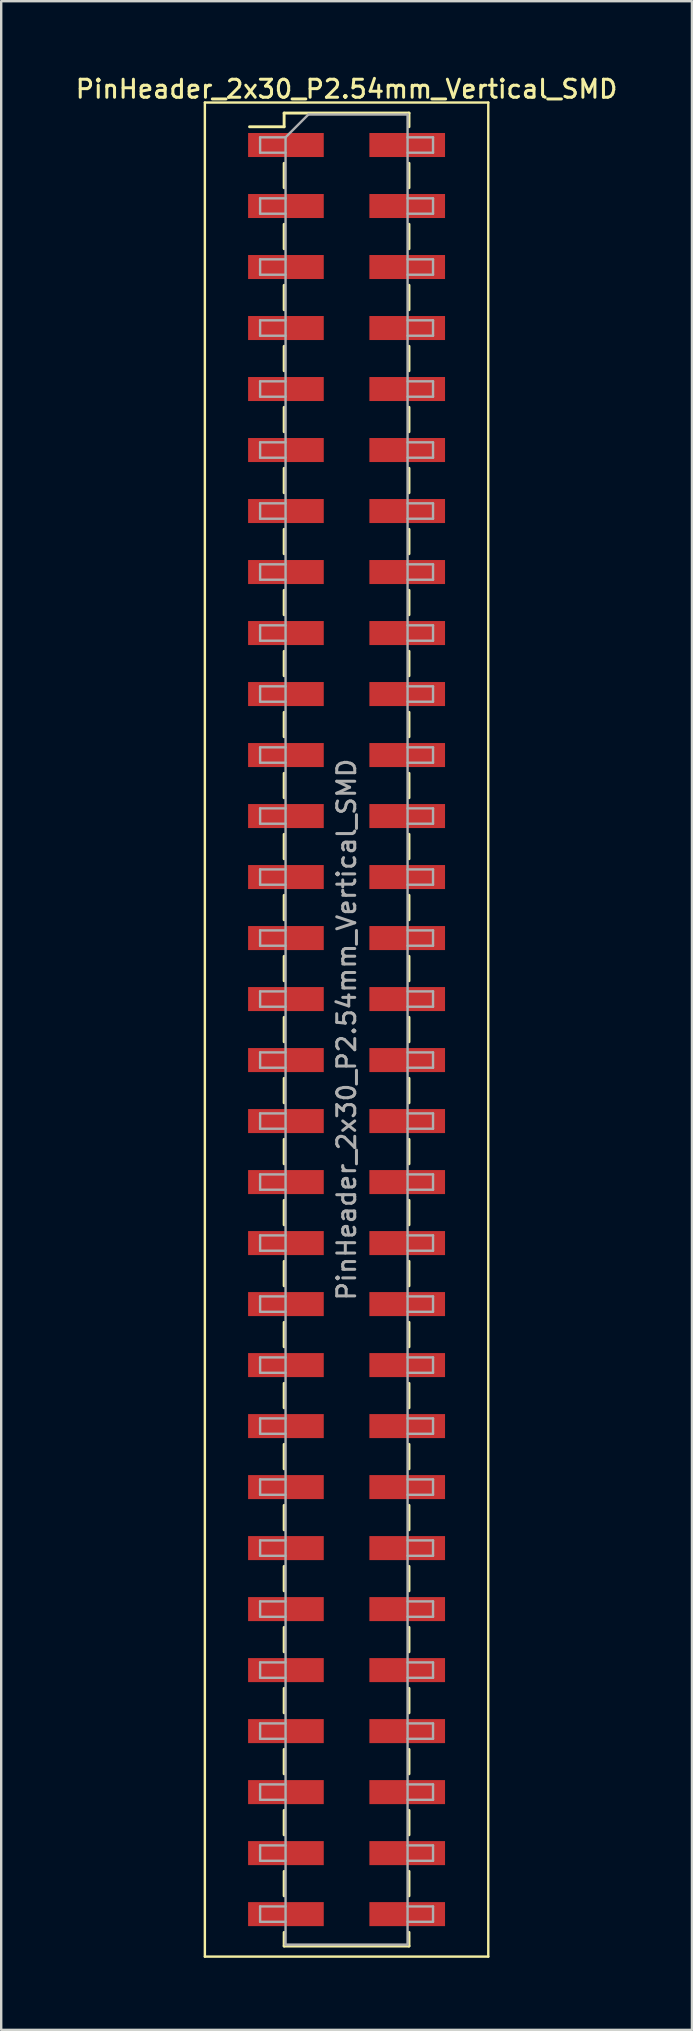
<source format=kicad_pcb>
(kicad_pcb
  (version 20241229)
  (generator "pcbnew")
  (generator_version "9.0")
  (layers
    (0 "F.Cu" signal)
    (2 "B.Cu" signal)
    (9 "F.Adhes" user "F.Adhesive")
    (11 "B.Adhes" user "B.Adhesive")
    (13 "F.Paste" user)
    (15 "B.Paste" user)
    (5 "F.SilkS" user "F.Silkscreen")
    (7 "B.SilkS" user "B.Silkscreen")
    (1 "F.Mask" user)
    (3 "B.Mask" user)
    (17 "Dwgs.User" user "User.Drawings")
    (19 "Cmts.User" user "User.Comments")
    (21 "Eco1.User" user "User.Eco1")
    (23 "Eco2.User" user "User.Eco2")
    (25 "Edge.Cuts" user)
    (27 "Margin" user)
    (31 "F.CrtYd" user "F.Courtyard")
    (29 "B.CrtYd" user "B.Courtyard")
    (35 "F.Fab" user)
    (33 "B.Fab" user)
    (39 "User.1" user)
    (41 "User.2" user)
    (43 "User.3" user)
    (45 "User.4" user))
  (footprint "PinHeader_2x30_P2.54mm_Vertical_SMD"
    (layer "F.Cu")
    (at 11.38 39.818)
    (property "Reference" "PinHeader_2x30_P2.54mm_Vertical_SMD" (at 0 -39.16 0) (layer "F.SilkS") (effects (font (size 0.75 0.75) (thickness 0.125))))
    (attr smd)
    (fp_line (start -5.9 -38.6) (end -5.9 38.6) (stroke (width 0.1) (type solid)) (layer "F.SilkS"))
    (fp_line (start -5.9 38.6) (end 5.9 38.6) (stroke (width 0.1) (type solid)) (layer "F.SilkS"))
    (fp_line (start -4.04 -37.59) (end -2.6 -37.59) (stroke (width 0.12) (type solid)) (layer "F.SilkS"))
    (fp_line (start -2.6 -38.16) (end -2.6 -37.59) (stroke (width 0.12) (type solid)) (layer "F.SilkS"))
    (fp_line (start -2.6 -38.16) (end 2.6 -38.16) (stroke (width 0.12) (type solid)) (layer "F.SilkS"))
    (fp_line (start -2.6 -36.07) (end -2.6 -35.05) (stroke (width 0.12) (type solid)) (layer "F.SilkS"))
    (fp_line (start -2.6 -33.53) (end -2.6 -32.51) (stroke (width 0.12) (type solid)) (layer "F.SilkS"))
    (fp_line (start -2.6 -30.99) (end -2.6 -29.97) (stroke (width 0.12) (type solid)) (layer "F.SilkS"))
    (fp_line (start -2.6 -28.45) (end -2.6 -27.43) (stroke (width 0.12) (type solid)) (layer "F.SilkS"))
    (fp_line (start -2.6 -25.91) (end -2.6 -24.89) (stroke (width 0.12) (type solid)) (layer "F.SilkS"))
    (fp_line (start -2.6 -23.37) (end -2.6 -22.35) (stroke (width 0.12) (type solid)) (layer "F.SilkS"))
    (fp_line (start -2.6 -20.83) (end -2.6 -19.81) (stroke (width 0.12) (type solid)) (layer "F.SilkS"))
    (fp_line (start -2.6 -18.29) (end -2.6 -17.27) (stroke (width 0.12) (type solid)) (layer "F.SilkS"))
    (fp_line (start -2.6 -15.75) (end -2.6 -14.73) (stroke (width 0.12) (type solid)) (layer "F.SilkS"))
    (fp_line (start -2.6 -13.21) (end -2.6 -12.19) (stroke (width 0.12) (type solid)) (layer "F.SilkS"))
    (fp_line (start -2.6 -10.67) (end -2.6 -9.65) (stroke (width 0.12) (type solid)) (layer "F.SilkS"))
    (fp_line (start -2.6 -8.13) (end -2.6 -7.11) (stroke (width 0.12) (type solid)) (layer "F.SilkS"))
    (fp_line (start -2.6 -5.59) (end -2.6 -4.57) (stroke (width 0.12) (type solid)) (layer "F.SilkS"))
    (fp_line (start -2.6 -3.05) (end -2.6 -2.03) (stroke (width 0.12) (type solid)) (layer "F.SilkS"))
    (fp_line (start -2.6 -0.51) (end -2.6 0.51) (stroke (width 0.12) (type solid)) (layer "F.SilkS"))
    (fp_line (start -2.6 2.03) (end -2.6 3.05) (stroke (width 0.12) (type solid)) (layer "F.SilkS"))
    (fp_line (start -2.6 4.57) (end -2.6 5.59) (stroke (width 0.12) (type solid)) (layer "F.SilkS"))
    (fp_line (start -2.6 7.11) (end -2.6 8.13) (stroke (width 0.12) (type solid)) (layer "F.SilkS"))
    (fp_line (start -2.6 9.65) (end -2.6 10.67) (stroke (width 0.12) (type solid)) (layer "F.SilkS"))
    (fp_line (start -2.6 12.19) (end -2.6 13.21) (stroke (width 0.12) (type solid)) (layer "F.SilkS"))
    (fp_line (start -2.6 14.73) (end -2.6 15.75) (stroke (width 0.12) (type solid)) (layer "F.SilkS"))
    (fp_line (start -2.6 17.27) (end -2.6 18.29) (stroke (width 0.12) (type solid)) (layer "F.SilkS"))
    (fp_line (start -2.6 19.81) (end -2.6 20.83) (stroke (width 0.12) (type solid)) (layer "F.SilkS"))
    (fp_line (start -2.6 22.35) (end -2.6 23.37) (stroke (width 0.12) (type solid)) (layer "F.SilkS"))
    (fp_line (start -2.6 24.89) (end -2.6 25.91) (stroke (width 0.12) (type solid)) (layer "F.SilkS"))
    (fp_line (start -2.6 27.43) (end -2.6 28.45) (stroke (width 0.12) (type solid)) (layer "F.SilkS"))
    (fp_line (start -2.6 29.97) (end -2.6 30.99) (stroke (width 0.12) (type solid)) (layer "F.SilkS"))
    (fp_line (start -2.6 32.51) (end -2.6 33.53) (stroke (width 0.12) (type solid)) (layer "F.SilkS"))
    (fp_line (start -2.6 35.05) (end -2.6 36.07) (stroke (width 0.12) (type solid)) (layer "F.SilkS"))
    (fp_line (start -2.6 37.59) (end -2.6 38.16) (stroke (width 0.12) (type solid)) (layer "F.SilkS"))
    (fp_line (start -2.6 38.16) (end 2.6 38.16) (stroke (width 0.12) (type solid)) (layer "F.SilkS"))
    (fp_line (start 2.6 -38.16) (end 2.6 -37.59) (stroke (width 0.12) (type solid)) (layer "F.SilkS"))
    (fp_line (start 2.6 -36.07) (end 2.6 -35.05) (stroke (width 0.12) (type solid)) (layer "F.SilkS"))
    (fp_line (start 2.6 -33.53) (end 2.6 -32.51) (stroke (width 0.12) (type solid)) (layer "F.SilkS"))
    (fp_line (start 2.6 -30.99) (end 2.6 -29.97) (stroke (width 0.12) (type solid)) (layer "F.SilkS"))
    (fp_line (start 2.6 -28.45) (end 2.6 -27.43) (stroke (width 0.12) (type solid)) (layer "F.SilkS"))
    (fp_line (start 2.6 -25.91) (end 2.6 -24.89) (stroke (width 0.12) (type solid)) (layer "F.SilkS"))
    (fp_line (start 2.6 -23.37) (end 2.6 -22.35) (stroke (width 0.12) (type solid)) (layer "F.SilkS"))
    (fp_line (start 2.6 -20.83) (end 2.6 -19.81) (stroke (width 0.12) (type solid)) (layer "F.SilkS"))
    (fp_line (start 2.6 -18.29) (end 2.6 -17.27) (stroke (width 0.12) (type solid)) (layer "F.SilkS"))
    (fp_line (start 2.6 -15.75) (end 2.6 -14.73) (stroke (width 0.12) (type solid)) (layer "F.SilkS"))
    (fp_line (start 2.6 -13.21) (end 2.6 -12.19) (stroke (width 0.12) (type solid)) (layer "F.SilkS"))
    (fp_line (start 2.6 -10.67) (end 2.6 -9.65) (stroke (width 0.12) (type solid)) (layer "F.SilkS"))
    (fp_line (start 2.6 -8.13) (end 2.6 -7.11) (stroke (width 0.12) (type solid)) (layer "F.SilkS"))
    (fp_line (start 2.6 -5.59) (end 2.6 -4.57) (stroke (width 0.12) (type solid)) (layer "F.SilkS"))
    (fp_line (start 2.6 -3.05) (end 2.6 -2.03) (stroke (width 0.12) (type solid)) (layer "F.SilkS"))
    (fp_line (start 2.6 -0.51) (end 2.6 0.51) (stroke (width 0.12) (type solid)) (layer "F.SilkS"))
    (fp_line (start 2.6 2.03) (end 2.6 3.05) (stroke (width 0.12) (type solid)) (layer "F.SilkS"))
    (fp_line (start 2.6 4.57) (end 2.6 5.59) (stroke (width 0.12) (type solid)) (layer "F.SilkS"))
    (fp_line (start 2.6 7.11) (end 2.6 8.13) (stroke (width 0.12) (type solid)) (layer "F.SilkS"))
    (fp_line (start 2.6 9.65) (end 2.6 10.67) (stroke (width 0.12) (type solid)) (layer "F.SilkS"))
    (fp_line (start 2.6 12.19) (end 2.6 13.21) (stroke (width 0.12) (type solid)) (layer "F.SilkS"))
    (fp_line (start 2.6 14.73) (end 2.6 15.75) (stroke (width 0.12) (type solid)) (layer "F.SilkS"))
    (fp_line (start 2.6 17.27) (end 2.6 18.29) (stroke (width 0.12) (type solid)) (layer "F.SilkS"))
    (fp_line (start 2.6 19.81) (end 2.6 20.83) (stroke (width 0.12) (type solid)) (layer "F.SilkS"))
    (fp_line (start 2.6 22.35) (end 2.6 23.37) (stroke (width 0.12) (type solid)) (layer "F.SilkS"))
    (fp_line (start 2.6 24.89) (end 2.6 25.91) (stroke (width 0.12) (type solid)) (layer "F.SilkS"))
    (fp_line (start 2.6 27.43) (end 2.6 28.45) (stroke (width 0.12) (type solid)) (layer "F.SilkS"))
    (fp_line (start 2.6 29.97) (end 2.6 30.99) (stroke (width 0.12) (type solid)) (layer "F.SilkS"))
    (fp_line (start 2.6 32.51) (end 2.6 33.53) (stroke (width 0.12) (type solid)) (layer "F.SilkS"))
    (fp_line (start 2.6 35.05) (end 2.6 36.07) (stroke (width 0.12) (type solid)) (layer "F.SilkS"))
    (fp_line (start 2.6 37.59) (end 2.6 38.16) (stroke (width 0.12) (type solid)) (layer "F.SilkS"))
    (fp_line (start 5.9 -38.6) (end -5.9 -38.6) (stroke (width 0.1) (type solid)) (layer "F.SilkS"))
    (fp_line (start 5.9 38.6) (end 5.9 -38.6) (stroke (width 0.1) (type solid)) (layer "F.SilkS"))
    (fp_line (start -3.6 -37.15) (end -3.6 -36.51) (stroke (width 0.1) (type solid)) (layer "F.Fab"))
    (fp_line (start -3.6 -36.51) (end -2.54 -36.51) (stroke (width 0.1) (type solid)) (layer "F.Fab"))
    (fp_line (start -3.6 -34.61) (end -3.6 -33.97) (stroke (width 0.1) (type solid)) (layer "F.Fab"))
    (fp_line (start -3.6 -33.97) (end -2.54 -33.97) (stroke (width 0.1) (type solid)) (layer "F.Fab"))
    (fp_line (start -3.6 -32.07) (end -3.6 -31.43) (stroke (width 0.1) (type solid)) (layer "F.Fab"))
    (fp_line (start -3.6 -31.43) (end -2.54 -31.43) (stroke (width 0.1) (type solid)) (layer "F.Fab"))
    (fp_line (start -3.6 -29.53) (end -3.6 -28.89) (stroke (width 0.1) (type solid)) (layer "F.Fab"))
    (fp_line (start -3.6 -28.89) (end -2.54 -28.89) (stroke (width 0.1) (type solid)) (layer "F.Fab"))
    (fp_line (start -3.6 -26.99) (end -3.6 -26.35) (stroke (width 0.1) (type solid)) (layer "F.Fab"))
    (fp_line (start -3.6 -26.35) (end -2.54 -26.35) (stroke (width 0.1) (type solid)) (layer "F.Fab"))
    (fp_line (start -3.6 -24.45) (end -3.6 -23.81) (stroke (width 0.1) (type solid)) (layer "F.Fab"))
    (fp_line (start -3.6 -23.81) (end -2.54 -23.81) (stroke (width 0.1) (type solid)) (layer "F.Fab"))
    (fp_line (start -3.6 -21.91) (end -3.6 -21.27) (stroke (width 0.1) (type solid)) (layer "F.Fab"))
    (fp_line (start -3.6 -21.27) (end -2.54 -21.27) (stroke (width 0.1) (type solid)) (layer "F.Fab"))
    (fp_line (start -3.6 -19.37) (end -3.6 -18.73) (stroke (width 0.1) (type solid)) (layer "F.Fab"))
    (fp_line (start -3.6 -18.73) (end -2.54 -18.73) (stroke (width 0.1) (type solid)) (layer "F.Fab"))
    (fp_line (start -3.6 -16.83) (end -3.6 -16.19) (stroke (width 0.1) (type solid)) (layer "F.Fab"))
    (fp_line (start -3.6 -16.19) (end -2.54 -16.19) (stroke (width 0.1) (type solid)) (layer "F.Fab"))
    (fp_line (start -3.6 -14.29) (end -3.6 -13.65) (stroke (width 0.1) (type solid)) (layer "F.Fab"))
    (fp_line (start -3.6 -13.65) (end -2.54 -13.65) (stroke (width 0.1) (type solid)) (layer "F.Fab"))
    (fp_line (start -3.6 -11.75) (end -3.6 -11.11) (stroke (width 0.1) (type solid)) (layer "F.Fab"))
    (fp_line (start -3.6 -11.11) (end -2.54 -11.11) (stroke (width 0.1) (type solid)) (layer "F.Fab"))
    (fp_line (start -3.6 -9.21) (end -3.6 -8.57) (stroke (width 0.1) (type solid)) (layer "F.Fab"))
    (fp_line (start -3.6 -8.57) (end -2.54 -8.57) (stroke (width 0.1) (type solid)) (layer "F.Fab"))
    (fp_line (start -3.6 -6.67) (end -3.6 -6.03) (stroke (width 0.1) (type solid)) (layer "F.Fab"))
    (fp_line (start -3.6 -6.03) (end -2.54 -6.03) (stroke (width 0.1) (type solid)) (layer "F.Fab"))
    (fp_line (start -3.6 -4.13) (end -3.6 -3.49) (stroke (width 0.1) (type solid)) (layer "F.Fab"))
    (fp_line (start -3.6 -3.49) (end -2.54 -3.49) (stroke (width 0.1) (type solid)) (layer "F.Fab"))
    (fp_line (start -3.6 -1.59) (end -3.6 -0.95) (stroke (width 0.1) (type solid)) (layer "F.Fab"))
    (fp_line (start -3.6 -0.95) (end -2.54 -0.95) (stroke (width 0.1) (type solid)) (layer "F.Fab"))
    (fp_line (start -3.6 0.95) (end -3.6 1.59) (stroke (width 0.1) (type solid)) (layer "F.Fab"))
    (fp_line (start -3.6 1.59) (end -2.54 1.59) (stroke (width 0.1) (type solid)) (layer "F.Fab"))
    (fp_line (start -3.6 3.49) (end -3.6 4.13) (stroke (width 0.1) (type solid)) (layer "F.Fab"))
    (fp_line (start -3.6 4.13) (end -2.54 4.13) (stroke (width 0.1) (type solid)) (layer "F.Fab"))
    (fp_line (start -3.6 6.03) (end -3.6 6.67) (stroke (width 0.1) (type solid)) (layer "F.Fab"))
    (fp_line (start -3.6 6.67) (end -2.54 6.67) (stroke (width 0.1) (type solid)) (layer "F.Fab"))
    (fp_line (start -3.6 8.57) (end -3.6 9.21) (stroke (width 0.1) (type solid)) (layer "F.Fab"))
    (fp_line (start -3.6 9.21) (end -2.54 9.21) (stroke (width 0.1) (type solid)) (layer "F.Fab"))
    (fp_line (start -3.6 11.11) (end -3.6 11.75) (stroke (width 0.1) (type solid)) (layer "F.Fab"))
    (fp_line (start -3.6 11.75) (end -2.54 11.75) (stroke (width 0.1) (type solid)) (layer "F.Fab"))
    (fp_line (start -3.6 13.65) (end -3.6 14.29) (stroke (width 0.1) (type solid)) (layer "F.Fab"))
    (fp_line (start -3.6 14.29) (end -2.54 14.29) (stroke (width 0.1) (type solid)) (layer "F.Fab"))
    (fp_line (start -3.6 16.19) (end -3.6 16.83) (stroke (width 0.1) (type solid)) (layer "F.Fab"))
    (fp_line (start -3.6 16.83) (end -2.54 16.83) (stroke (width 0.1) (type solid)) (layer "F.Fab"))
    (fp_line (start -3.6 18.73) (end -3.6 19.37) (stroke (width 0.1) (type solid)) (layer "F.Fab"))
    (fp_line (start -3.6 19.37) (end -2.54 19.37) (stroke (width 0.1) (type solid)) (layer "F.Fab"))
    (fp_line (start -3.6 21.27) (end -3.6 21.91) (stroke (width 0.1) (type solid)) (layer "F.Fab"))
    (fp_line (start -3.6 21.91) (end -2.54 21.91) (stroke (width 0.1) (type solid)) (layer "F.Fab"))
    (fp_line (start -3.6 23.81) (end -3.6 24.45) (stroke (width 0.1) (type solid)) (layer "F.Fab"))
    (fp_line (start -3.6 24.45) (end -2.54 24.45) (stroke (width 0.1) (type solid)) (layer "F.Fab"))
    (fp_line (start -3.6 26.35) (end -3.6 26.99) (stroke (width 0.1) (type solid)) (layer "F.Fab"))
    (fp_line (start -3.6 26.99) (end -2.54 26.99) (stroke (width 0.1) (type solid)) (layer "F.Fab"))
    (fp_line (start -3.6 28.89) (end -3.6 29.53) (stroke (width 0.1) (type solid)) (layer "F.Fab"))
    (fp_line (start -3.6 29.53) (end -2.54 29.53) (stroke (width 0.1) (type solid)) (layer "F.Fab"))
    (fp_line (start -3.6 31.43) (end -3.6 32.07) (stroke (width 0.1) (type solid)) (layer "F.Fab"))
    (fp_line (start -3.6 32.07) (end -2.54 32.07) (stroke (width 0.1) (type solid)) (layer "F.Fab"))
    (fp_line (start -3.6 33.97) (end -3.6 34.61) (stroke (width 0.1) (type solid)) (layer "F.Fab"))
    (fp_line (start -3.6 34.61) (end -2.54 34.61) (stroke (width 0.1) (type solid)) (layer "F.Fab"))
    (fp_line (start -3.6 36.51) (end -3.6 37.15) (stroke (width 0.1) (type solid)) (layer "F.Fab"))
    (fp_line (start -3.6 37.15) (end -2.54 37.15) (stroke (width 0.1) (type solid)) (layer "F.Fab"))
    (fp_line (start -2.54 -37.15) (end -3.6 -37.15) (stroke (width 0.1) (type solid)) (layer "F.Fab"))
    (fp_line (start -2.54 -37.15) (end -1.59 -38.1) (stroke (width 0.1) (type solid)) (layer "F.Fab"))
    (fp_line (start -2.54 -34.61) (end -3.6 -34.61) (stroke (width 0.1) (type solid)) (layer "F.Fab"))
    (fp_line (start -2.54 -32.07) (end -3.6 -32.07) (stroke (width 0.1) (type solid)) (layer "F.Fab"))
    (fp_line (start -2.54 -29.53) (end -3.6 -29.53) (stroke (width 0.1) (type solid)) (layer "F.Fab"))
    (fp_line (start -2.54 -26.99) (end -3.6 -26.99) (stroke (width 0.1) (type solid)) (layer "F.Fab"))
    (fp_line (start -2.54 -24.45) (end -3.6 -24.45) (stroke (width 0.1) (type solid)) (layer "F.Fab"))
    (fp_line (start -2.54 -21.91) (end -3.6 -21.91) (stroke (width 0.1) (type solid)) (layer "F.Fab"))
    (fp_line (start -2.54 -19.37) (end -3.6 -19.37) (stroke (width 0.1) (type solid)) (layer "F.Fab"))
    (fp_line (start -2.54 -16.83) (end -3.6 -16.83) (stroke (width 0.1) (type solid)) (layer "F.Fab"))
    (fp_line (start -2.54 -14.29) (end -3.6 -14.29) (stroke (width 0.1) (type solid)) (layer "F.Fab"))
    (fp_line (start -2.54 -11.75) (end -3.6 -11.75) (stroke (width 0.1) (type solid)) (layer "F.Fab"))
    (fp_line (start -2.54 -9.21) (end -3.6 -9.21) (stroke (width 0.1) (type solid)) (layer "F.Fab"))
    (fp_line (start -2.54 -6.67) (end -3.6 -6.67) (stroke (width 0.1) (type solid)) (layer "F.Fab"))
    (fp_line (start -2.54 -4.13) (end -3.6 -4.13) (stroke (width 0.1) (type solid)) (layer "F.Fab"))
    (fp_line (start -2.54 -1.59) (end -3.6 -1.59) (stroke (width 0.1) (type solid)) (layer "F.Fab"))
    (fp_line (start -2.54 0.95) (end -3.6 0.95) (stroke (width 0.1) (type solid)) (layer "F.Fab"))
    (fp_line (start -2.54 3.49) (end -3.6 3.49) (stroke (width 0.1) (type solid)) (layer "F.Fab"))
    (fp_line (start -2.54 6.03) (end -3.6 6.03) (stroke (width 0.1) (type solid)) (layer "F.Fab"))
    (fp_line (start -2.54 8.57) (end -3.6 8.57) (stroke (width 0.1) (type solid)) (layer "F.Fab"))
    (fp_line (start -2.54 11.11) (end -3.6 11.11) (stroke (width 0.1) (type solid)) (layer "F.Fab"))
    (fp_line (start -2.54 13.65) (end -3.6 13.65) (stroke (width 0.1) (type solid)) (layer "F.Fab"))
    (fp_line (start -2.54 16.19) (end -3.6 16.19) (stroke (width 0.1) (type solid)) (layer "F.Fab"))
    (fp_line (start -2.54 18.73) (end -3.6 18.73) (stroke (width 0.1) (type solid)) (layer "F.Fab"))
    (fp_line (start -2.54 21.27) (end -3.6 21.27) (stroke (width 0.1) (type solid)) (layer "F.Fab"))
    (fp_line (start -2.54 23.81) (end -3.6 23.81) (stroke (width 0.1) (type solid)) (layer "F.Fab"))
    (fp_line (start -2.54 26.35) (end -3.6 26.35) (stroke (width 0.1) (type solid)) (layer "F.Fab"))
    (fp_line (start -2.54 28.89) (end -3.6 28.89) (stroke (width 0.1) (type solid)) (layer "F.Fab"))
    (fp_line (start -2.54 31.43) (end -3.6 31.43) (stroke (width 0.1) (type solid)) (layer "F.Fab"))
    (fp_line (start -2.54 33.97) (end -3.6 33.97) (stroke (width 0.1) (type solid)) (layer "F.Fab"))
    (fp_line (start -2.54 36.51) (end -3.6 36.51) (stroke (width 0.1) (type solid)) (layer "F.Fab"))
    (fp_line (start -2.54 38.1) (end -2.54 -37.15) (stroke (width 0.1) (type solid)) (layer "F.Fab"))
    (fp_line (start -1.59 -38.1) (end 2.54 -38.1) (stroke (width 0.1) (type solid)) (layer "F.Fab"))
    (fp_line (start 2.54 -38.1) (end 2.54 38.1) (stroke (width 0.1) (type solid)) (layer "F.Fab"))
    (fp_line (start 2.54 -37.15) (end 3.6 -37.15) (stroke (width 0.1) (type solid)) (layer "F.Fab"))
    (fp_line (start 2.54 -34.61) (end 3.6 -34.61) (stroke (width 0.1) (type solid)) (layer "F.Fab"))
    (fp_line (start 2.54 -32.07) (end 3.6 -32.07) (stroke (width 0.1) (type solid)) (layer "F.Fab"))
    (fp_line (start 2.54 -29.53) (end 3.6 -29.53) (stroke (width 0.1) (type solid)) (layer "F.Fab"))
    (fp_line (start 2.54 -26.99) (end 3.6 -26.99) (stroke (width 0.1) (type solid)) (layer "F.Fab"))
    (fp_line (start 2.54 -24.45) (end 3.6 -24.45) (stroke (width 0.1) (type solid)) (layer "F.Fab"))
    (fp_line (start 2.54 -21.91) (end 3.6 -21.91) (stroke (width 0.1) (type solid)) (layer "F.Fab"))
    (fp_line (start 2.54 -19.37) (end 3.6 -19.37) (stroke (width 0.1) (type solid)) (layer "F.Fab"))
    (fp_line (start 2.54 -16.83) (end 3.6 -16.83) (stroke (width 0.1) (type solid)) (layer "F.Fab"))
    (fp_line (start 2.54 -14.29) (end 3.6 -14.29) (stroke (width 0.1) (type solid)) (layer "F.Fab"))
    (fp_line (start 2.54 -11.75) (end 3.6 -11.75) (stroke (width 0.1) (type solid)) (layer "F.Fab"))
    (fp_line (start 2.54 -9.21) (end 3.6 -9.21) (stroke (width 0.1) (type solid)) (layer "F.Fab"))
    (fp_line (start 2.54 -6.67) (end 3.6 -6.67) (stroke (width 0.1) (type solid)) (layer "F.Fab"))
    (fp_line (start 2.54 -4.13) (end 3.6 -4.13) (stroke (width 0.1) (type solid)) (layer "F.Fab"))
    (fp_line (start 2.54 -1.59) (end 3.6 -1.59) (stroke (width 0.1) (type solid)) (layer "F.Fab"))
    (fp_line (start 2.54 0.95) (end 3.6 0.95) (stroke (width 0.1) (type solid)) (layer "F.Fab"))
    (fp_line (start 2.54 3.49) (end 3.6 3.49) (stroke (width 0.1) (type solid)) (layer "F.Fab"))
    (fp_line (start 2.54 6.03) (end 3.6 6.03) (stroke (width 0.1) (type solid)) (layer "F.Fab"))
    (fp_line (start 2.54 8.57) (end 3.6 8.57) (stroke (width 0.1) (type solid)) (layer "F.Fab"))
    (fp_line (start 2.54 11.11) (end 3.6 11.11) (stroke (width 0.1) (type solid)) (layer "F.Fab"))
    (fp_line (start 2.54 13.65) (end 3.6 13.65) (stroke (width 0.1) (type solid)) (layer "F.Fab"))
    (fp_line (start 2.54 16.19) (end 3.6 16.19) (stroke (width 0.1) (type solid)) (layer "F.Fab"))
    (fp_line (start 2.54 18.73) (end 3.6 18.73) (stroke (width 0.1) (type solid)) (layer "F.Fab"))
    (fp_line (start 2.54 21.27) (end 3.6 21.27) (stroke (width 0.1) (type solid)) (layer "F.Fab"))
    (fp_line (start 2.54 23.81) (end 3.6 23.81) (stroke (width 0.1) (type solid)) (layer "F.Fab"))
    (fp_line (start 2.54 26.35) (end 3.6 26.35) (stroke (width 0.1) (type solid)) (layer "F.Fab"))
    (fp_line (start 2.54 28.89) (end 3.6 28.89) (stroke (width 0.1) (type solid)) (layer "F.Fab"))
    (fp_line (start 2.54 31.43) (end 3.6 31.43) (stroke (width 0.1) (type solid)) (layer "F.Fab"))
    (fp_line (start 2.54 33.97) (end 3.6 33.97) (stroke (width 0.1) (type solid)) (layer "F.Fab"))
    (fp_line (start 2.54 36.51) (end 3.6 36.51) (stroke (width 0.1) (type solid)) (layer "F.Fab"))
    (fp_line (start 2.54 38.1) (end -2.54 38.1) (stroke (width 0.1) (type solid)) (layer "F.Fab"))
    (fp_line (start 3.6 -37.15) (end 3.6 -36.51) (stroke (width 0.1) (type solid)) (layer "F.Fab"))
    (fp_line (start 3.6 -36.51) (end 2.54 -36.51) (stroke (width 0.1) (type solid)) (layer "F.Fab"))
    (fp_line (start 3.6 -34.61) (end 3.6 -33.97) (stroke (width 0.1) (type solid)) (layer "F.Fab"))
    (fp_line (start 3.6 -33.97) (end 2.54 -33.97) (stroke (width 0.1) (type solid)) (layer "F.Fab"))
    (fp_line (start 3.6 -32.07) (end 3.6 -31.43) (stroke (width 0.1) (type solid)) (layer "F.Fab"))
    (fp_line (start 3.6 -31.43) (end 2.54 -31.43) (stroke (width 0.1) (type solid)) (layer "F.Fab"))
    (fp_line (start 3.6 -29.53) (end 3.6 -28.89) (stroke (width 0.1) (type solid)) (layer "F.Fab"))
    (fp_line (start 3.6 -28.89) (end 2.54 -28.89) (stroke (width 0.1) (type solid)) (layer "F.Fab"))
    (fp_line (start 3.6 -26.99) (end 3.6 -26.35) (stroke (width 0.1) (type solid)) (layer "F.Fab"))
    (fp_line (start 3.6 -26.35) (end 2.54 -26.35) (stroke (width 0.1) (type solid)) (layer "F.Fab"))
    (fp_line (start 3.6 -24.45) (end 3.6 -23.81) (stroke (width 0.1) (type solid)) (layer "F.Fab"))
    (fp_line (start 3.6 -23.81) (end 2.54 -23.81) (stroke (width 0.1) (type solid)) (layer "F.Fab"))
    (fp_line (start 3.6 -21.91) (end 3.6 -21.27) (stroke (width 0.1) (type solid)) (layer "F.Fab"))
    (fp_line (start 3.6 -21.27) (end 2.54 -21.27) (stroke (width 0.1) (type solid)) (layer "F.Fab"))
    (fp_line (start 3.6 -19.37) (end 3.6 -18.73) (stroke (width 0.1) (type solid)) (layer "F.Fab"))
    (fp_line (start 3.6 -18.73) (end 2.54 -18.73) (stroke (width 0.1) (type solid)) (layer "F.Fab"))
    (fp_line (start 3.6 -16.83) (end 3.6 -16.19) (stroke (width 0.1) (type solid)) (layer "F.Fab"))
    (fp_line (start 3.6 -16.19) (end 2.54 -16.19) (stroke (width 0.1) (type solid)) (layer "F.Fab"))
    (fp_line (start 3.6 -14.29) (end 3.6 -13.65) (stroke (width 0.1) (type solid)) (layer "F.Fab"))
    (fp_line (start 3.6 -13.65) (end 2.54 -13.65) (stroke (width 0.1) (type solid)) (layer "F.Fab"))
    (fp_line (start 3.6 -11.75) (end 3.6 -11.11) (stroke (width 0.1) (type solid)) (layer "F.Fab"))
    (fp_line (start 3.6 -11.11) (end 2.54 -11.11) (stroke (width 0.1) (type solid)) (layer "F.Fab"))
    (fp_line (start 3.6 -9.21) (end 3.6 -8.57) (stroke (width 0.1) (type solid)) (layer "F.Fab"))
    (fp_line (start 3.6 -8.57) (end 2.54 -8.57) (stroke (width 0.1) (type solid)) (layer "F.Fab"))
    (fp_line (start 3.6 -6.67) (end 3.6 -6.03) (stroke (width 0.1) (type solid)) (layer "F.Fab"))
    (fp_line (start 3.6 -6.03) (end 2.54 -6.03) (stroke (width 0.1) (type solid)) (layer "F.Fab"))
    (fp_line (start 3.6 -4.13) (end 3.6 -3.49) (stroke (width 0.1) (type solid)) (layer "F.Fab"))
    (fp_line (start 3.6 -3.49) (end 2.54 -3.49) (stroke (width 0.1) (type solid)) (layer "F.Fab"))
    (fp_line (start 3.6 -1.59) (end 3.6 -0.95) (stroke (width 0.1) (type solid)) (layer "F.Fab"))
    (fp_line (start 3.6 -0.95) (end 2.54 -0.95) (stroke (width 0.1) (type solid)) (layer "F.Fab"))
    (fp_line (start 3.6 0.95) (end 3.6 1.59) (stroke (width 0.1) (type solid)) (layer "F.Fab"))
    (fp_line (start 3.6 1.59) (end 2.54 1.59) (stroke (width 0.1) (type solid)) (layer "F.Fab"))
    (fp_line (start 3.6 3.49) (end 3.6 4.13) (stroke (width 0.1) (type solid)) (layer "F.Fab"))
    (fp_line (start 3.6 4.13) (end 2.54 4.13) (stroke (width 0.1) (type solid)) (layer "F.Fab"))
    (fp_line (start 3.6 6.03) (end 3.6 6.67) (stroke (width 0.1) (type solid)) (layer "F.Fab"))
    (fp_line (start 3.6 6.67) (end 2.54 6.67) (stroke (width 0.1) (type solid)) (layer "F.Fab"))
    (fp_line (start 3.6 8.57) (end 3.6 9.21) (stroke (width 0.1) (type solid)) (layer "F.Fab"))
    (fp_line (start 3.6 9.21) (end 2.54 9.21) (stroke (width 0.1) (type solid)) (layer "F.Fab"))
    (fp_line (start 3.6 11.11) (end 3.6 11.75) (stroke (width 0.1) (type solid)) (layer "F.Fab"))
    (fp_line (start 3.6 11.75) (end 2.54 11.75) (stroke (width 0.1) (type solid)) (layer "F.Fab"))
    (fp_line (start 3.6 13.65) (end 3.6 14.29) (stroke (width 0.1) (type solid)) (layer "F.Fab"))
    (fp_line (start 3.6 14.29) (end 2.54 14.29) (stroke (width 0.1) (type solid)) (layer "F.Fab"))
    (fp_line (start 3.6 16.19) (end 3.6 16.83) (stroke (width 0.1) (type solid)) (layer "F.Fab"))
    (fp_line (start 3.6 16.83) (end 2.54 16.83) (stroke (width 0.1) (type solid)) (layer "F.Fab"))
    (fp_line (start 3.6 18.73) (end 3.6 19.37) (stroke (width 0.1) (type solid)) (layer "F.Fab"))
    (fp_line (start 3.6 19.37) (end 2.54 19.37) (stroke (width 0.1) (type solid)) (layer "F.Fab"))
    (fp_line (start 3.6 21.27) (end 3.6 21.91) (stroke (width 0.1) (type solid)) (layer "F.Fab"))
    (fp_line (start 3.6 21.91) (end 2.54 21.91) (stroke (width 0.1) (type solid)) (layer "F.Fab"))
    (fp_line (start 3.6 23.81) (end 3.6 24.45) (stroke (width 0.1) (type solid)) (layer "F.Fab"))
    (fp_line (start 3.6 24.45) (end 2.54 24.45) (stroke (width 0.1) (type solid)) (layer "F.Fab"))
    (fp_line (start 3.6 26.35) (end 3.6 26.99) (stroke (width 0.1) (type solid)) (layer "F.Fab"))
    (fp_line (start 3.6 26.99) (end 2.54 26.99) (stroke (width 0.1) (type solid)) (layer "F.Fab"))
    (fp_line (start 3.6 28.89) (end 3.6 29.53) (stroke (width 0.1) (type solid)) (layer "F.Fab"))
    (fp_line (start 3.6 29.53) (end 2.54 29.53) (stroke (width 0.1) (type solid)) (layer "F.Fab"))
    (fp_line (start 3.6 31.43) (end 3.6 32.07) (stroke (width 0.1) (type solid)) (layer "F.Fab"))
    (fp_line (start 3.6 32.07) (end 2.54 32.07) (stroke (width 0.1) (type solid)) (layer "F.Fab"))
    (fp_line (start 3.6 33.97) (end 3.6 34.61) (stroke (width 0.1) (type solid)) (layer "F.Fab"))
    (fp_line (start 3.6 34.61) (end 2.54 34.61) (stroke (width 0.1) (type solid)) (layer "F.Fab"))
    (fp_line (start 3.6 36.51) (end 3.6 37.15) (stroke (width 0.1) (type solid)) (layer "F.Fab"))
    (fp_line (start 3.6 37.15) (end 2.54 37.15) (stroke (width 0.1) (type solid)) (layer "F.Fab"))
    (fp_text user "${REFERENCE}" (at 0 0 90) (layer "F.Fab") (effects (font (size 0.75 0.75) (thickness 0.125))))
    (pad "1" smd rect (at -2.525 -36.83) (size 3.15 1) (layers "F.Cu" "F.Mask" "F.Paste"))
    (pad "2" smd rect (at 2.525 -36.83) (size 3.15 1) (layers "F.Cu" "F.Mask" "F.Paste"))
    (pad "3" smd rect (at -2.525 -34.29) (size 3.15 1) (layers "F.Cu" "F.Mask" "F.Paste"))
    (pad "4" smd rect (at 2.525 -34.29) (size 3.15 1) (layers "F.Cu" "F.Mask" "F.Paste"))
    (pad "5" smd rect (at -2.525 -31.75) (size 3.15 1) (layers "F.Cu" "F.Mask" "F.Paste"))
    (pad "6" smd rect (at 2.525 -31.75) (size 3.15 1) (layers "F.Cu" "F.Mask" "F.Paste"))
    (pad "7" smd rect (at -2.525 -29.21) (size 3.15 1) (layers "F.Cu" "F.Mask" "F.Paste"))
    (pad "8" smd rect (at 2.525 -29.21) (size 3.15 1) (layers "F.Cu" "F.Mask" "F.Paste"))
    (pad "9" smd rect (at -2.525 -26.67) (size 3.15 1) (layers "F.Cu" "F.Mask" "F.Paste"))
    (pad "10" smd rect (at 2.525 -26.67) (size 3.15 1) (layers "F.Cu" "F.Mask" "F.Paste"))
    (pad "11" smd rect (at -2.525 -24.13) (size 3.15 1) (layers "F.Cu" "F.Mask" "F.Paste"))
    (pad "12" smd rect (at 2.525 -24.13) (size 3.15 1) (layers "F.Cu" "F.Mask" "F.Paste"))
    (pad "13" smd rect (at -2.525 -21.59) (size 3.15 1) (layers "F.Cu" "F.Mask" "F.Paste"))
    (pad "14" smd rect (at 2.525 -21.59) (size 3.15 1) (layers "F.Cu" "F.Mask" "F.Paste"))
    (pad "15" smd rect (at -2.525 -19.05) (size 3.15 1) (layers "F.Cu" "F.Mask" "F.Paste"))
    (pad "16" smd rect (at 2.525 -19.05) (size 3.15 1) (layers "F.Cu" "F.Mask" "F.Paste"))
    (pad "17" smd rect (at -2.525 -16.51) (size 3.15 1) (layers "F.Cu" "F.Mask" "F.Paste"))
    (pad "18" smd rect (at 2.525 -16.51) (size 3.15 1) (layers "F.Cu" "F.Mask" "F.Paste"))
    (pad "19" smd rect (at -2.525 -13.97) (size 3.15 1) (layers "F.Cu" "F.Mask" "F.Paste"))
    (pad "20" smd rect (at 2.525 -13.97) (size 3.15 1) (layers "F.Cu" "F.Mask" "F.Paste"))
    (pad "21" smd rect (at -2.525 -11.43) (size 3.15 1) (layers "F.Cu" "F.Mask" "F.Paste"))
    (pad "22" smd rect (at 2.525 -11.43) (size 3.15 1) (layers "F.Cu" "F.Mask" "F.Paste"))
    (pad "23" smd rect (at -2.525 -8.89) (size 3.15 1) (layers "F.Cu" "F.Mask" "F.Paste"))
    (pad "24" smd rect (at 2.525 -8.89) (size 3.15 1) (layers "F.Cu" "F.Mask" "F.Paste"))
    (pad "25" smd rect (at -2.525 -6.35) (size 3.15 1) (layers "F.Cu" "F.Mask" "F.Paste"))
    (pad "26" smd rect (at 2.525 -6.35) (size 3.15 1) (layers "F.Cu" "F.Mask" "F.Paste"))
    (pad "27" smd rect (at -2.525 -3.81) (size 3.15 1) (layers "F.Cu" "F.Mask" "F.Paste"))
    (pad "28" smd rect (at 2.525 -3.81) (size 3.15 1) (layers "F.Cu" "F.Mask" "F.Paste"))
    (pad "29" smd rect (at -2.525 -1.27) (size 3.15 1) (layers "F.Cu" "F.Mask" "F.Paste"))
    (pad "30" smd rect (at 2.525 -1.27) (size 3.15 1) (layers "F.Cu" "F.Mask" "F.Paste"))
    (pad "31" smd rect (at -2.525 1.27) (size 3.15 1) (layers "F.Cu" "F.Mask" "F.Paste"))
    (pad "32" smd rect (at 2.525 1.27) (size 3.15 1) (layers "F.Cu" "F.Mask" "F.Paste"))
    (pad "33" smd rect (at -2.525 3.81) (size 3.15 1) (layers "F.Cu" "F.Mask" "F.Paste"))
    (pad "34" smd rect (at 2.525 3.81) (size 3.15 1) (layers "F.Cu" "F.Mask" "F.Paste"))
    (pad "35" smd rect (at -2.525 6.35) (size 3.15 1) (layers "F.Cu" "F.Mask" "F.Paste"))
    (pad "36" smd rect (at 2.525 6.35) (size 3.15 1) (layers "F.Cu" "F.Mask" "F.Paste"))
    (pad "37" smd rect (at -2.525 8.89) (size 3.15 1) (layers "F.Cu" "F.Mask" "F.Paste"))
    (pad "38" smd rect (at 2.525 8.89) (size 3.15 1) (layers "F.Cu" "F.Mask" "F.Paste"))
    (pad "39" smd rect (at -2.525 11.43) (size 3.15 1) (layers "F.Cu" "F.Mask" "F.Paste"))
    (pad "40" smd rect (at 2.525 11.43) (size 3.15 1) (layers "F.Cu" "F.Mask" "F.Paste"))
    (pad "41" smd rect (at -2.525 13.97) (size 3.15 1) (layers "F.Cu" "F.Mask" "F.Paste"))
    (pad "42" smd rect (at 2.525 13.97) (size 3.15 1) (layers "F.Cu" "F.Mask" "F.Paste"))
    (pad "43" smd rect (at -2.525 16.51) (size 3.15 1) (layers "F.Cu" "F.Mask" "F.Paste"))
    (pad "44" smd rect (at 2.525 16.51) (size 3.15 1) (layers "F.Cu" "F.Mask" "F.Paste"))
    (pad "45" smd rect (at -2.525 19.05) (size 3.15 1) (layers "F.Cu" "F.Mask" "F.Paste"))
    (pad "46" smd rect (at 2.525 19.05) (size 3.15 1) (layers "F.Cu" "F.Mask" "F.Paste"))
    (pad "47" smd rect (at -2.525 21.59) (size 3.15 1) (layers "F.Cu" "F.Mask" "F.Paste"))
    (pad "48" smd rect (at 2.525 21.59) (size 3.15 1) (layers "F.Cu" "F.Mask" "F.Paste"))
    (pad "49" smd rect (at -2.525 24.13) (size 3.15 1) (layers "F.Cu" "F.Mask" "F.Paste"))
    (pad "50" smd rect (at 2.525 24.13) (size 3.15 1) (layers "F.Cu" "F.Mask" "F.Paste"))
    (pad "51" smd rect (at -2.525 26.67) (size 3.15 1) (layers "F.Cu" "F.Mask" "F.Paste"))
    (pad "52" smd rect (at 2.525 26.67) (size 3.15 1) (layers "F.Cu" "F.Mask" "F.Paste"))
    (pad "53" smd rect (at -2.525 29.21) (size 3.15 1) (layers "F.Cu" "F.Mask" "F.Paste"))
    (pad "54" smd rect (at 2.525 29.21) (size 3.15 1) (layers "F.Cu" "F.Mask" "F.Paste"))
    (pad "55" smd rect (at -2.525 31.75) (size 3.15 1) (layers "F.Cu" "F.Mask" "F.Paste"))
    (pad "56" smd rect (at 2.525 31.75) (size 3.15 1) (layers "F.Cu" "F.Mask" "F.Paste"))
    (pad "57" smd rect (at -2.525 34.29) (size 3.15 1) (layers "F.Cu" "F.Mask" "F.Paste"))
    (pad "58" smd rect (at 2.525 34.29) (size 3.15 1) (layers "F.Cu" "F.Mask" "F.Paste"))
    (pad "59" smd rect (at -2.525 36.83) (size 3.15 1) (layers "F.Cu" "F.Mask" "F.Paste"))
    (pad "60" smd rect (at 2.525 36.83) (size 3.15 1) (layers "F.Cu" "F.Mask" "F.Paste")))
  (gr_rect
    (start -3 -3)
    (end 25.761 81.468)
    (stroke (width 0.1) (type default))
    (fill no)
    (layer "Edge.Cuts")))
</source>
